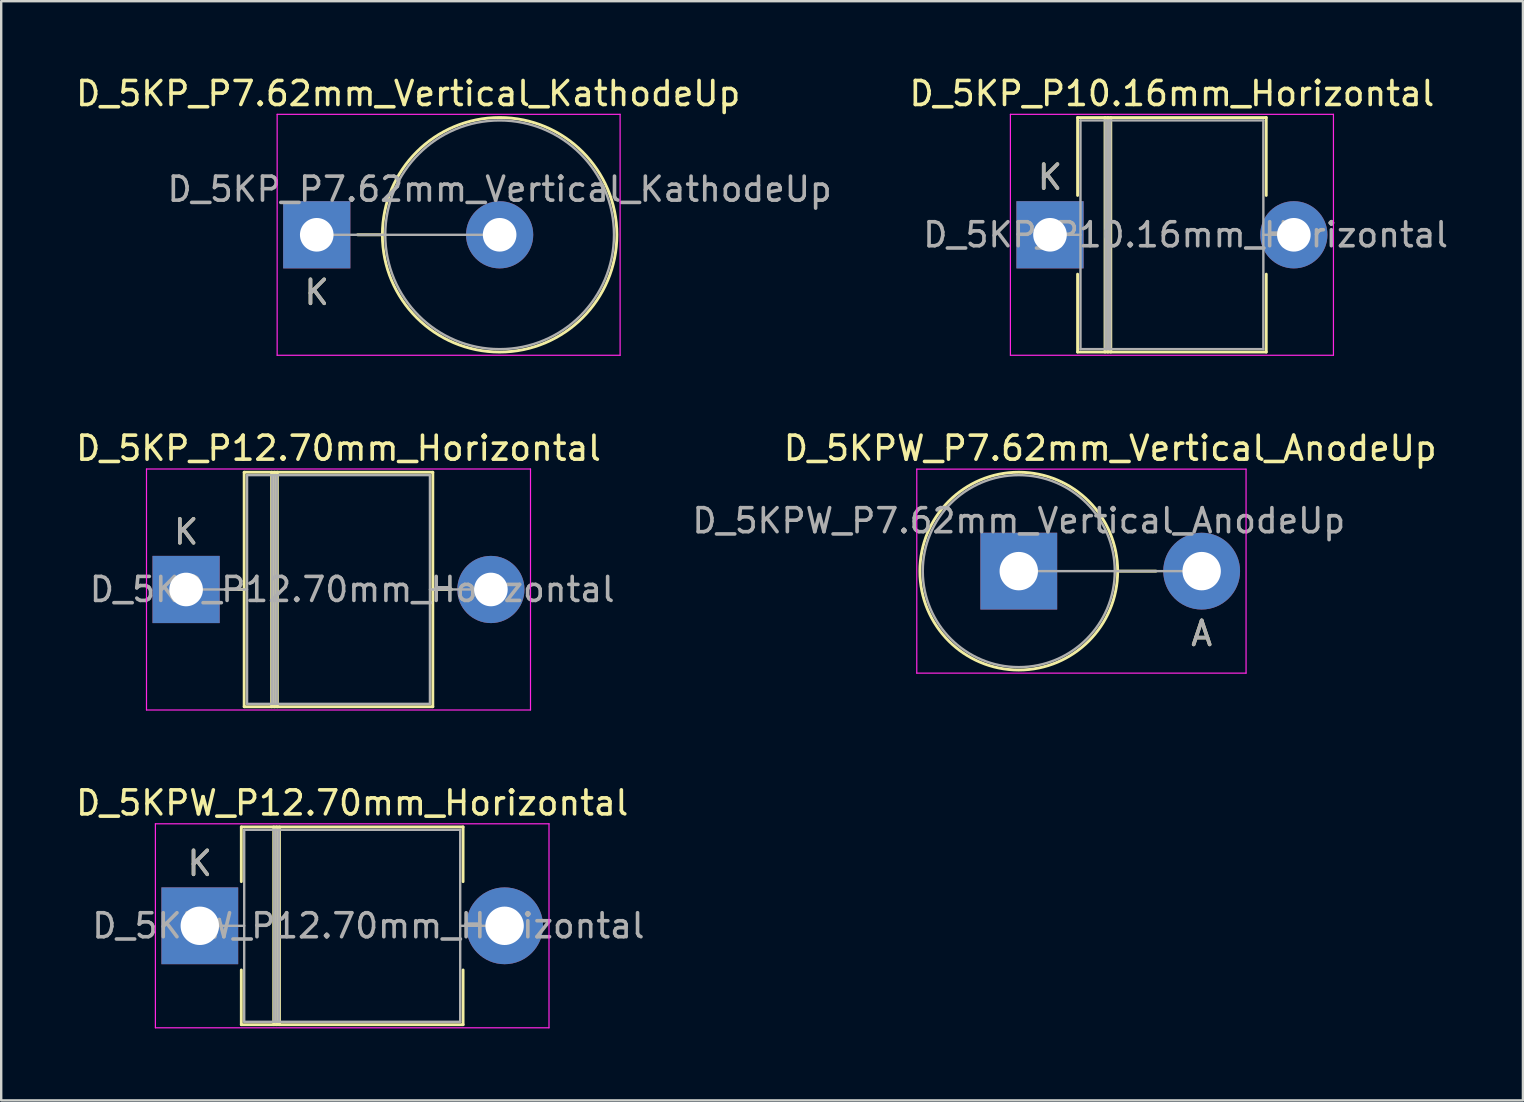
<source format=kicad_pcb>
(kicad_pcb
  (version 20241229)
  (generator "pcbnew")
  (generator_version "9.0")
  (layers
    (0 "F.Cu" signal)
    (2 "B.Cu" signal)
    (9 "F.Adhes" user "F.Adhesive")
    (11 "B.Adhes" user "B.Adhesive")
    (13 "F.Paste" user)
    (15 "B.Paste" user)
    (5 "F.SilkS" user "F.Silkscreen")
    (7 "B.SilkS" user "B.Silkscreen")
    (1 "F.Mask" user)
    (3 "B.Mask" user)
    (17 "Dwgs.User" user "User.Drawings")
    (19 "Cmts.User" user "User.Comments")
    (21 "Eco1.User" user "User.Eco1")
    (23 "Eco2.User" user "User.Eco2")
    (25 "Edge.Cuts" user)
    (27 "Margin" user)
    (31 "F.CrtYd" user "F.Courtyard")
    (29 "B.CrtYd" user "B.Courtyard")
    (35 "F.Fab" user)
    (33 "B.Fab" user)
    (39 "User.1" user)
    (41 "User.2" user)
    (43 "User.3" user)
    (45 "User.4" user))
  (footprint "D_5KPW_P12.70mm_Horizontal"
    (layer "F.Cu")
    (at 5.275 35.525)
    (property "Reference" "D_5KPW_P12.70mm_Horizontal" (at 6.35 -5.12 0) (layer "F.SilkS") (effects (font (size 1 1) (thickness 0.15))))
    (attr through_hole)
    (fp_line (start 1.73 -4.12) (end 10.97 -4.12) (stroke (width 0.12) (type solid)) (layer "F.SilkS"))
    (fp_line (start 1.73 -1.84) (end 1.73 -4.12) (stroke (width 0.12) (type solid)) (layer "F.SilkS"))
    (fp_line (start 1.73 1.84) (end 1.73 4.12) (stroke (width 0.12) (type solid)) (layer "F.SilkS"))
    (fp_line (start 1.73 4.12) (end 10.97 4.12) (stroke (width 0.12) (type solid)) (layer "F.SilkS"))
    (fp_line (start 3.08 -4.12) (end 3.08 4.12) (stroke (width 0.12) (type solid)) (layer "F.SilkS"))
    (fp_line (start 3.2 -4.12) (end 3.2 4.12) (stroke (width 0.12) (type solid)) (layer "F.SilkS"))
    (fp_line (start 3.32 -4.12) (end 3.32 4.12) (stroke (width 0.12) (type solid)) (layer "F.SilkS"))
    (fp_line (start 10.97 -4.12) (end 10.97 -1.84) (stroke (width 0.12) (type solid)) (layer "F.SilkS"))
    (fp_line (start 10.97 4.12) (end 10.97 1.84) (stroke (width 0.12) (type solid)) (layer "F.SilkS"))
    (fp_line (start -1.85 -4.25) (end -1.85 4.25) (stroke (width 0.05) (type solid)) (layer "F.CrtYd"))
    (fp_line (start -1.85 4.25) (end 14.55 4.25) (stroke (width 0.05) (type solid)) (layer "F.CrtYd"))
    (fp_line (start 14.55 -4.25) (end -1.85 -4.25) (stroke (width 0.05) (type solid)) (layer "F.CrtYd"))
    (fp_line (start 14.55 4.25) (end 14.55 -4.25) (stroke (width 0.05) (type solid)) (layer "F.CrtYd"))
    (fp_line (start 0 0) (end 1.85 0) (stroke (width 0.1) (type solid)) (layer "F.Fab"))
    (fp_line (start 1.85 -4) (end 1.85 4) (stroke (width 0.1) (type solid)) (layer "F.Fab"))
    (fp_line (start 1.85 4) (end 10.85 4) (stroke (width 0.1) (type solid)) (layer "F.Fab"))
    (fp_line (start 3.1 -4) (end 3.1 4) (stroke (width 0.1) (type solid)) (layer "F.Fab"))
    (fp_line (start 3.2 -4) (end 3.2 4) (stroke (width 0.1) (type solid)) (layer "F.Fab"))
    (fp_line (start 3.3 -4) (end 3.3 4) (stroke (width 0.1) (type solid)) (layer "F.Fab"))
    (fp_line (start 10.85 -4) (end 1.85 -4) (stroke (width 0.1) (type solid)) (layer "F.Fab"))
    (fp_line (start 10.85 4) (end 10.85 -4) (stroke (width 0.1) (type solid)) (layer "F.Fab"))
    (fp_line (start 12.7 0) (end 10.85 0) (stroke (width 0.1) (type solid)) (layer "F.Fab"))
    (fp_text user "K" (at 0 -2.6 0) (layer "F.SilkS") (effects (font (size 1 1) (thickness 0.15))))
    (fp_text user "K" (at 0 -2.6 0) (layer "F.Fab") (effects (font (size 1 1) (thickness 0.15))))
    (fp_text user "${REFERENCE}" (at 7.025 0 0) (layer "F.Fab") (effects (font (size 1 1) (thickness 0.15))))
    (pad "1" thru_hole rect (at 0 0) (size 3.2 3.2) (drill 1.6) (layers "*.Cu" "*.Mask"))
    (pad "2" thru_hole oval (at 12.7 0) (size 3.2 3.2) (drill 1.6) (layers "*.Cu" "*.Mask")))
  (footprint "D_5KP_P7.62mm_Vertical_KathodeUp"
    (layer "F.Cu")
    (at 10.148 6.733)
    (property "Reference" "D_5KP_P7.62mm_Vertical_KathodeUp" (at 3.81 -5.885 0) (layer "F.SilkS") (effects (font (size 1 1) (thickness 0.15))))
    (attr through_hole)
    (fp_line (start 2.735 0) (end 1.7 0) (stroke (width 0.12) (type solid)) (layer "F.SilkS"))
    (fp_circle (center 7.62 0) (end 12.505 0) (stroke (width 0.12) (type solid)) (fill no) (layer "F.SilkS"))
    (fp_line (start -1.65 -5.02) (end -1.65 5.02) (stroke (width 0.05) (type solid)) (layer "F.CrtYd"))
    (fp_line (start -1.65 5.02) (end 12.64 5.02) (stroke (width 0.05) (type solid)) (layer "F.CrtYd"))
    (fp_line (start 12.64 -5.02) (end -1.65 -5.02) (stroke (width 0.05) (type solid)) (layer "F.CrtYd"))
    (fp_line (start 12.64 5.02) (end 12.64 -5.02) (stroke (width 0.05) (type solid)) (layer "F.CrtYd"))
    (fp_line (start 0 0) (end 7.62 0) (stroke (width 0.1) (type solid)) (layer "F.Fab"))
    (fp_circle (center 7.62 0) (end 12.385 0) (stroke (width 0.1) (type solid)) (fill no) (layer "F.Fab"))
    (fp_text user "K" (at 0 2.4 0) (layer "F.SilkS") (effects (font (size 1 1) (thickness 0.15))))
    (fp_text user "${REFERENCE}" (at 7.62 -1.9 0) (layer "F.Fab") (effects (font (size 1 1) (thickness 0.15))))
    (fp_text user "K" (at 0 2.4 0) (layer "F.Fab") (effects (font (size 1 1) (thickness 0.15))))
    (pad "1" thru_hole rect (at 0 0) (size 2.8 2.8) (drill 1.4) (layers "*.Cu" "*.Mask"))
    (pad "2" thru_hole oval (at 7.62 0) (size 2.8 2.8) (drill 1.4) (layers "*.Cu" "*.Mask")))
  (footprint "D_5KP_P10.16mm_Horizontal"
    (layer "F.Cu")
    (at 40.7 6.733)
    (property "Reference" "D_5KP_P10.16mm_Horizontal" (at 5.08 -5.885 0) (layer "F.SilkS") (effects (font (size 1 1) (thickness 0.15))))
    (attr through_hole)
    (fp_line (start 1.15 -4.885) (end 9.01 -4.885) (stroke (width 0.12) (type solid)) (layer "F.SilkS"))
    (fp_line (start 1.15 -1.64) (end 1.15 -4.885) (stroke (width 0.12) (type solid)) (layer "F.SilkS"))
    (fp_line (start 1.15 1.64) (end 1.15 4.885) (stroke (width 0.12) (type solid)) (layer "F.SilkS"))
    (fp_line (start 1.15 4.885) (end 9.01 4.885) (stroke (width 0.12) (type solid)) (layer "F.SilkS"))
    (fp_line (start 2.293 -4.885) (end 2.293 4.885) (stroke (width 0.12) (type solid)) (layer "F.SilkS"))
    (fp_line (start 2.413 -4.885) (end 2.413 4.885) (stroke (width 0.12) (type solid)) (layer "F.SilkS"))
    (fp_line (start 2.533 -4.885) (end 2.533 4.885) (stroke (width 0.12) (type solid)) (layer "F.SilkS"))
    (fp_line (start 9.01 -4.885) (end 9.01 -1.64) (stroke (width 0.12) (type solid)) (layer "F.SilkS"))
    (fp_line (start 9.01 4.885) (end 9.01 1.64) (stroke (width 0.12) (type solid)) (layer "F.SilkS"))
    (fp_line (start -1.65 -5.02) (end -1.65 5.02) (stroke (width 0.05) (type solid)) (layer "F.CrtYd"))
    (fp_line (start -1.65 5.02) (end 11.81 5.02) (stroke (width 0.05) (type solid)) (layer "F.CrtYd"))
    (fp_line (start 11.81 -5.02) (end -1.65 -5.02) (stroke (width 0.05) (type solid)) (layer "F.CrtYd"))
    (fp_line (start 11.81 5.02) (end 11.81 -5.02) (stroke (width 0.05) (type solid)) (layer "F.CrtYd"))
    (fp_line (start 0 0) (end 1.27 0) (stroke (width 0.1) (type solid)) (layer "F.Fab"))
    (fp_line (start 1.27 -4.765) (end 1.27 4.765) (stroke (width 0.1) (type solid)) (layer "F.Fab"))
    (fp_line (start 1.27 4.765) (end 8.89 4.765) (stroke (width 0.1) (type solid)) (layer "F.Fab"))
    (fp_line (start 2.313 -4.765) (end 2.313 4.765) (stroke (width 0.1) (type solid)) (layer "F.Fab"))
    (fp_line (start 2.413 -4.765) (end 2.413 4.765) (stroke (width 0.1) (type solid)) (layer "F.Fab"))
    (fp_line (start 2.513 -4.765) (end 2.513 4.765) (stroke (width 0.1) (type solid)) (layer "F.Fab"))
    (fp_line (start 8.89 -4.765) (end 1.27 -4.765) (stroke (width 0.1) (type solid)) (layer "F.Fab"))
    (fp_line (start 8.89 4.765) (end 8.89 -4.765) (stroke (width 0.1) (type solid)) (layer "F.Fab"))
    (fp_line (start 10.16 0) (end 8.89 0) (stroke (width 0.1) (type solid)) (layer "F.Fab"))
    (fp_text user "K" (at 0 -2.4 0) (layer "F.SilkS") (effects (font (size 1 1) (thickness 0.15))))
    (fp_text user "K" (at 0 -2.4 0) (layer "F.Fab") (effects (font (size 1 1) (thickness 0.15))))
    (fp_text user "${REFERENCE}" (at 5.652 0 0) (layer "F.Fab") (effects (font (size 1 1) (thickness 0.15))))
    (pad "1" thru_hole rect (at 0 0) (size 2.8 2.8) (drill 1.4) (layers "*.Cu" "*.Mask"))
    (pad "2" thru_hole oval (at 10.16 0) (size 2.8 2.8) (drill 1.4) (layers "*.Cu" "*.Mask")))
  (footprint "D_5KP_P12.70mm_Horizontal"
    (layer "F.Cu")
    (at 4.704 21.512)
    (property "Reference" "D_5KP_P12.70mm_Horizontal" (at 6.35 -5.885 0) (layer "F.SilkS") (effects (font (size 1 1) (thickness 0.15))))
    (attr through_hole)
    (fp_line (start 1.64 0) (end 2.42 0) (stroke (width 0.12) (type solid)) (layer "F.SilkS"))
    (fp_line (start 2.42 -4.885) (end 2.42 4.885) (stroke (width 0.12) (type solid)) (layer "F.SilkS"))
    (fp_line (start 2.42 4.885) (end 10.28 4.885) (stroke (width 0.12) (type solid)) (layer "F.SilkS"))
    (fp_line (start 3.563 -4.885) (end 3.563 4.885) (stroke (width 0.12) (type solid)) (layer "F.SilkS"))
    (fp_line (start 3.683 -4.885) (end 3.683 4.885) (stroke (width 0.12) (type solid)) (layer "F.SilkS"))
    (fp_line (start 3.803 -4.885) (end 3.803 4.885) (stroke (width 0.12) (type solid)) (layer "F.SilkS"))
    (fp_line (start 10.28 -4.885) (end 2.42 -4.885) (stroke (width 0.12) (type solid)) (layer "F.SilkS"))
    (fp_line (start 10.28 4.885) (end 10.28 -4.885) (stroke (width 0.12) (type solid)) (layer "F.SilkS"))
    (fp_line (start 11.06 0) (end 10.28 0) (stroke (width 0.12) (type solid)) (layer "F.SilkS"))
    (fp_line (start -1.65 -5.02) (end -1.65 5.02) (stroke (width 0.05) (type solid)) (layer "F.CrtYd"))
    (fp_line (start -1.65 5.02) (end 14.35 5.02) (stroke (width 0.05) (type solid)) (layer "F.CrtYd"))
    (fp_line (start 14.35 -5.02) (end -1.65 -5.02) (stroke (width 0.05) (type solid)) (layer "F.CrtYd"))
    (fp_line (start 14.35 5.02) (end 14.35 -5.02) (stroke (width 0.05) (type solid)) (layer "F.CrtYd"))
    (fp_line (start 0 0) (end 2.54 0) (stroke (width 0.1) (type solid)) (layer "F.Fab"))
    (fp_line (start 2.54 -4.765) (end 2.54 4.765) (stroke (width 0.1) (type solid)) (layer "F.Fab"))
    (fp_line (start 2.54 4.765) (end 10.16 4.765) (stroke (width 0.1) (type solid)) (layer "F.Fab"))
    (fp_line (start 3.583 -4.765) (end 3.583 4.765) (stroke (width 0.1) (type solid)) (layer "F.Fab"))
    (fp_line (start 3.683 -4.765) (end 3.683 4.765) (stroke (width 0.1) (type solid)) (layer "F.Fab"))
    (fp_line (start 3.783 -4.765) (end 3.783 4.765) (stroke (width 0.1) (type solid)) (layer "F.Fab"))
    (fp_line (start 10.16 -4.765) (end 2.54 -4.765) (stroke (width 0.1) (type solid)) (layer "F.Fab"))
    (fp_line (start 10.16 4.765) (end 10.16 -4.765) (stroke (width 0.1) (type solid)) (layer "F.Fab"))
    (fp_line (start 12.7 0) (end 10.16 0) (stroke (width 0.1) (type solid)) (layer "F.Fab"))
    (fp_text user "K" (at 0 -2.4 0) (layer "F.SilkS") (effects (font (size 1 1) (thickness 0.15))))
    (fp_text user "${REFERENCE}" (at 6.921 0 0) (layer "F.Fab") (effects (font (size 1 1) (thickness 0.15))))
    (fp_text user "K" (at 0 -2.4 0) (layer "F.Fab") (effects (font (size 1 1) (thickness 0.15))))
    (pad "1" thru_hole rect (at 0 0) (size 2.8 2.8) (drill 1.4) (layers "*.Cu" "*.Mask"))
    (pad "2" thru_hole oval (at 12.7 0) (size 2.8 2.8) (drill 1.4) (layers "*.Cu" "*.Mask")))
  (footprint "D_5KPW_P7.62mm_Vertical_AnodeUp"
    (layer "F.Cu")
    (at 39.399 20.747)
    (property "Reference" "D_5KPW_P7.62mm_Vertical_AnodeUp" (at 3.81 -5.12 0) (layer "F.SilkS") (effects (font (size 1 1) (thickness 0.15))))
    (attr through_hole)
    (fp_line (start 4.12 0) (end 5.72 0) (stroke (width 0.12) (type solid)) (layer "F.SilkS"))
    (fp_circle (center 0 0) (end 4.12 0) (stroke (width 0.12) (type solid)) (fill no) (layer "F.SilkS"))
    (fp_line (start -4.25 -4.25) (end -4.25 4.25) (stroke (width 0.05) (type solid)) (layer "F.CrtYd"))
    (fp_line (start -4.25 4.25) (end 9.47 4.25) (stroke (width 0.05) (type solid)) (layer "F.CrtYd"))
    (fp_line (start 9.47 -4.25) (end -4.25 -4.25) (stroke (width 0.05) (type solid)) (layer "F.CrtYd"))
    (fp_line (start 9.47 4.25) (end 9.47 -4.25) (stroke (width 0.05) (type solid)) (layer "F.CrtYd"))
    (fp_line (start 0 0) (end 7.62 0) (stroke (width 0.1) (type solid)) (layer "F.Fab"))
    (fp_circle (center 0 0) (end 4 0) (stroke (width 0.1) (type solid)) (fill no) (layer "F.Fab"))
    (fp_text user "A" (at 7.62 2.6 0) (layer "F.SilkS") (effects (font (size 1 1) (thickness 0.15))))
    (fp_text user "${REFERENCE}" (at 0 -2.1 0) (layer "F.Fab") (effects (font (size 1 1) (thickness 0.15))))
    (fp_text user "A" (at 7.62 2.6 0) (layer "F.Fab") (effects (font (size 1 1) (thickness 0.15))))
    (pad "1" thru_hole rect (at 0 0) (size 3.2 3.2) (drill 1.6) (layers "*.Cu" "*.Mask"))
    (pad "2" thru_hole oval (at 7.62 0) (size 3.2 3.2) (drill 1.6) (layers "*.Cu" "*.Mask")))
  (gr_rect
    (start -3 -3)
    (end 60.405 42.8)
    (stroke (width 0.1) (type default))
    (fill no)
    (layer "Edge.Cuts")))
</source>
